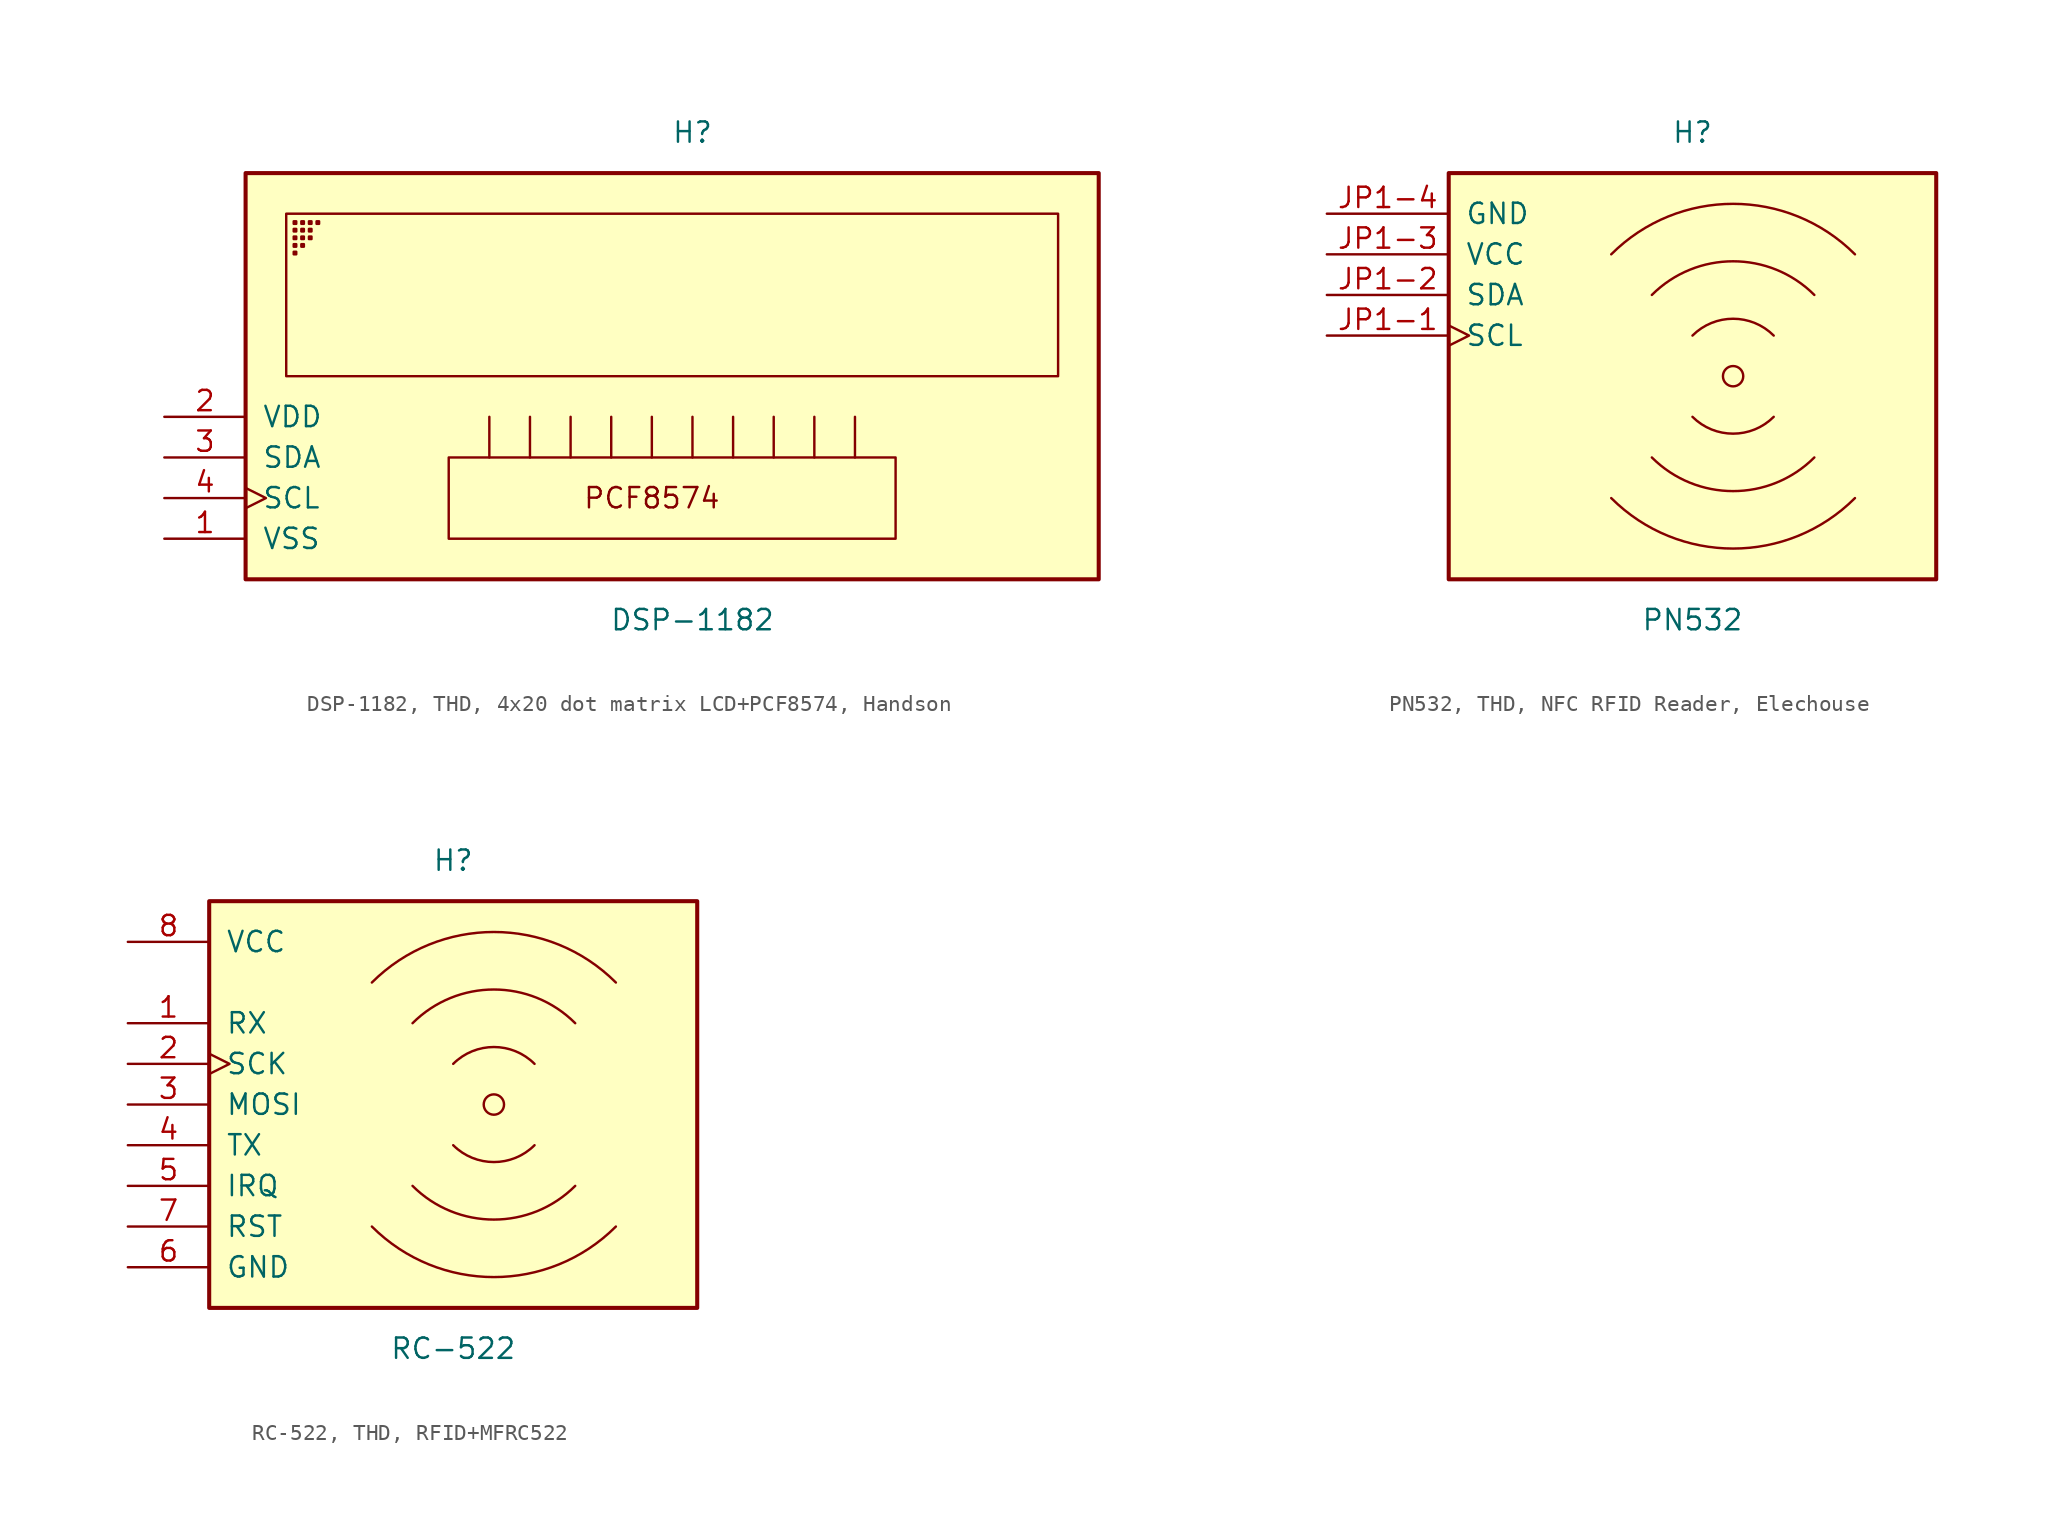
<source format=kicad_sym>
(kicad_symbol_lib
  (version 20241209)
  (generator "kicad_symbol_editor")
  (generator_version "9.0")
  (symbol "DSP-1182, THD, 4x20 dot matrix LCD+PCF8574, Handson"
    (pin_names
      (offset 1.016))
    (property "Reference" "H"
      (at 0 10.16 0)
      (effects (font (size 1.27 1.27))))
    (property "Value" "DSP-1182"
      (at 0 -20.32 0)
      (effects (font (size 1.27 1.27))))
    (symbol "DSP-1182, THD, 4x20 dot matrix LCD+PCF8574, Handson_0_1"
      (rectangle (start -27.94 7.62) (end 25.4 -17.78) (stroke (width 0.254) (type default)) (fill (type background)))
      (rectangle (start -25.4 -5.08) (end 22.86 5.08) (stroke (width 0.152) (type default)) (fill (type none)))
      (rectangle (start -24.932 4.446) (end -24.773 4.605) (stroke (width 0.152) (type default)) (fill (type none)))
      (rectangle (start -24.932 3.97) (end -24.773 4.129) (stroke (width 0.152) (type default)) (fill (type none)))
      (rectangle (start -24.932 3.494) (end -24.773 3.652) (stroke (width 0.152) (type default)) (fill (type none)))
      (rectangle (start -24.932 3.017) (end -24.773 3.176) (stroke (width 0.152) (type default)) (fill (type none)))
      (rectangle (start -24.932 2.541) (end -24.773 2.7) (stroke (width 0.152) (type default)) (fill (type none)))
      (rectangle (start -24.455 4.446) (end -24.296 4.605) (stroke (width 0.152) (type default)) (fill (type none)))
      (rectangle (start -24.455 3.97) (end -24.296 4.129) (stroke (width 0.152) (type default)) (fill (type none)))
      (rectangle (start -24.455 3.494) (end -24.296 3.652) (stroke (width 0.152) (type default)) (fill (type none)))
      (rectangle (start -24.455 3.017) (end -24.296 3.176) (stroke (width 0.152) (type default)) (fill (type none)))
      (rectangle (start -23.979 4.446) (end -23.82 4.605) (stroke (width 0.152) (type default)) (fill (type none)))
      (rectangle (start -23.979 3.97) (end -23.82 4.129) (stroke (width 0.152) (type default)) (fill (type none)))
      (rectangle (start -23.979 3.494) (end -23.82 3.652) (stroke (width 0.152) (type default)) (fill (type none)))
      (rectangle (start -23.502 4.446) (end -23.344 4.605) (stroke (width 0.152) (type default)) (fill (type none)))
      (rectangle (start -15.24 -10.16) (end 12.7 -15.24) (stroke (width 0.152) (type default)) (fill (type none)))
      (polyline (pts (xy -12.7 -7.62) (xy -12.7 -10.16)) (stroke (width 0.152) (type default)) (fill (type none)))
      (polyline (pts (xy -10.16 -7.62) (xy -10.16 -10.16)) (stroke (width 0.152) (type default)) (fill (type none)))
      (polyline (pts (xy -7.62 -7.62) (xy -7.62 -10.16)) (stroke (width 0.152) (type default)) (fill (type none)))
      (polyline (pts (xy -5.08 -7.62) (xy -5.08 -10.16)) (stroke (width 0.152) (type default)) (fill (type none)))
      (polyline (pts (xy -2.54 -7.62) (xy -2.54 -10.16)) (stroke (width 0.152) (type default)) (fill (type none)))
      (polyline (pts (xy 0 -7.62) (xy 0 -10.16)) (stroke (width 0.152) (type default)) (fill (type none)))
      (polyline (pts (xy 2.54 -7.62) (xy 2.54 -10.16)) (stroke (width 0.152) (type default)) (fill (type none)))
      (polyline (pts (xy 5.08 -7.62) (xy 5.08 -10.16)) (stroke (width 0.152) (type default)) (fill (type none)))
      (polyline (pts (xy 7.62 -7.62) (xy 7.62 -10.16)) (stroke (width 0.152) (type default)) (fill (type none)))
      (polyline (pts (xy 10.16 -7.62) (xy 10.16 -10.16)) (stroke (width 0.152) (type default)) (fill (type none))))
    (symbol "DSP-1182, THD, 4x20 dot matrix LCD+PCF8574, Handson_1_1"
      (text "PCF8574" (at -2.54 -12.7 0) (effects (font (size 1.27 1.27))))
      (pin power_in line (at -33.02 -7.62 0) (length 5.08) (name "VDD" (effects (font (size 1.27 1.27)))) (number "2" (effects (font (size 1.27 1.27)))))
      (pin bidirectional line (at -33.02 -10.16 0) (length 5.08) (name "SDA" (effects (font (size 1.27 1.27)))) (number "3" (effects (font (size 1.27 1.27)))))
      (pin input clock (at -33.02 -12.7 0) (length 5.08) (name "SCL" (effects (font (size 1.27 1.27)))) (number "4" (effects (font (size 1.27 1.27)))))
      (pin power_in line (at -33.02 -15.24 0) (length 5.08) (name "VSS" (effects (font (size 1.27 1.27)))) (number "1" (effects (font (size 1.27 1.27)))))))
  (symbol "PN532, THD, NFC RFID Reader, Elechouse"
    (pin_names
      (offset 1.016))
    (property "Reference" "H"
      (at 0 20.32 0)
      (effects (font (size 1.27 1.27))))
    (property "Value" "PN532"
      (at 0 -10.16 0)
      (effects (font (size 1.27 1.27))))
    (symbol "PN532, THD, NFC RFID Reader, Elechouse_0_1"
      (rectangle (start -15.24 17.78) (end 15.24 -7.62) (stroke (width 0.254) (type default)) (fill (type background)))
      (circle (center 2.54 5.08) (radius 0.635) (stroke (width 0.152) (type default)) (fill (type none))))
    (symbol "PN532, THD, NFC RFID Reader, Elechouse_1_1"
      (arc (start -5.08 12.7) (mid 2.54 15.8563) (end 10.16 12.7) (stroke (width 0.1524) (type default)) (fill (type none)))
      (arc (start -2.54 10.16) (mid 2.54 12.2642) (end 7.62 10.16) (stroke (width 0.1524) (type default)) (fill (type none)))
      (arc (start 0 7.62) (mid 2.54 8.6721) (end 5.08 7.62) (stroke (width 0.1524) (type solid)) (fill (type none)))
      (arc (start 5.08 2.54) (mid 2.54 1.4879) (end 0 2.54) (stroke (width 0.1524) (type solid)) (fill (type none)))
      (arc (start 7.62 0) (mid 2.54 -2.1042) (end -2.54 0) (stroke (width 0.1524) (type default)) (fill (type none)))
      (arc (start 10.16 -2.54) (mid 2.54 -5.6963) (end -5.08 -2.54) (stroke (width 0.1524) (type default)) (fill (type none)))
      (pin power_in line (at -22.86 15.24 0) (length 7.62) (name "GND" (effects (font (size 1.27 1.27)))) (number "JP1-4" (effects (font (size 1.27 1.27)))))
      (pin power_in line (at -22.86 12.7 0) (length 7.62) (name "VCC" (effects (font (size 1.27 1.27)))) (number "JP1-3" (effects (font (size 1.27 1.27)))))
      (pin input line (at -22.86 10.16 0) (length 7.62) (name "SDA" (effects (font (size 1.27 1.27)))) (number "JP1-2" (effects (font (size 1.27 1.27)))))
      (pin input clock (at -22.86 7.62 0) (length 7.62) (name "SCL" (effects (font (size 1.27 1.27)))) (number "JP1-1" (effects (font (size 1.27 1.27)))))))
  (symbol "RC-522, THD, RFID+MFRC522"
    (pin_names
      (offset 1.016))
    (property "Reference" "H"
      (at 0 15.24 0)
      (effects (font (size 1.27 1.27))))
    (property "Value" "RC-522"
      (at 0 -15.24 0)
      (effects (font (size 1.27 1.27))))
    (symbol "RC-522, THD, RFID+MFRC522_0_1"
      (rectangle (start -15.24 12.7) (end 15.24 -12.7) (stroke (width 0.254) (type default)) (fill (type background)))
      (circle (center 2.54 0) (radius 0.635) (stroke (width 0.152) (type default)) (fill (type none))))
    (symbol "RC-522, THD, RFID+MFRC522_1_1"
      (arc (start -5.08 7.62) (mid 2.54 10.7763) (end 10.16 7.62) (stroke (width 0.1524) (type default)) (fill (type none)))
      (arc (start -2.54 5.08) (mid 2.54 7.1842) (end 7.62 5.08) (stroke (width 0.1524) (type default)) (fill (type none)))
      (arc (start 0 2.54) (mid 2.54 3.5921) (end 5.08 2.54) (stroke (width 0.1524) (type solid)) (fill (type none)))
      (arc (start 5.08 -2.54) (mid 2.54 -3.5921) (end 0 -2.54) (stroke (width 0.1524) (type solid)) (fill (type none)))
      (arc (start 7.62 -5.08) (mid 2.54 -7.1842) (end -2.54 -5.08) (stroke (width 0.1524) (type default)) (fill (type none)))
      (arc (start 10.16 -7.62) (mid 2.54 -10.7763) (end -5.08 -7.62) (stroke (width 0.1524) (type default)) (fill (type none)))
      (pin power_in line (at -20.32 10.16 0) (length 5.08) (name "VCC" (effects (font (size 1.27 1.27)))) (number "8" (effects (font (size 1.27 1.27)))))
      (pin bidirectional line (at -20.32 5.08 0) (length 5.08) (name "RX" (effects (font (size 1.27 1.27)))) (number "1" (effects (font (size 1.27 1.27)))) (alternate "SDA" bidirectional line) (alternate "SS" bidirectional line))
      (pin input clock (at -20.32 2.54 0) (length 5.08) (name "SCK" (effects (font (size 1.27 1.27)))) (number "2" (effects (font (size 1.27 1.27)))))
      (pin input line (at -20.32 0 0) (length 5.08) (name "MOSI" (effects (font (size 1.27 1.27)))) (number "3" (effects (font (size 1.27 1.27)))))
      (pin output line (at -20.32 -2.54 0) (length 5.08) (name "TX" (effects (font (size 1.27 1.27)))) (number "4" (effects (font (size 1.27 1.27)))) (alternate "MISO" output line) (alternate "SCL" input clock))
      (pin output line (at -20.32 -5.08 0) (length 5.08) (name "IRQ" (effects (font (size 1.27 1.27)))) (number "5" (effects (font (size 1.27 1.27)))))
      (pin output line (at -20.32 -7.62 0) (length 5.08) (name "RST" (effects (font (size 1.27 1.27)))) (number "7" (effects (font (size 1.27 1.27)))))
      (pin power_in line (at -20.32 -10.16 0) (length 5.08) (name "GND" (effects (font (size 1.27 1.27)))) (number "6" (effects (font (size 1.27 1.27))))))))
</source>
